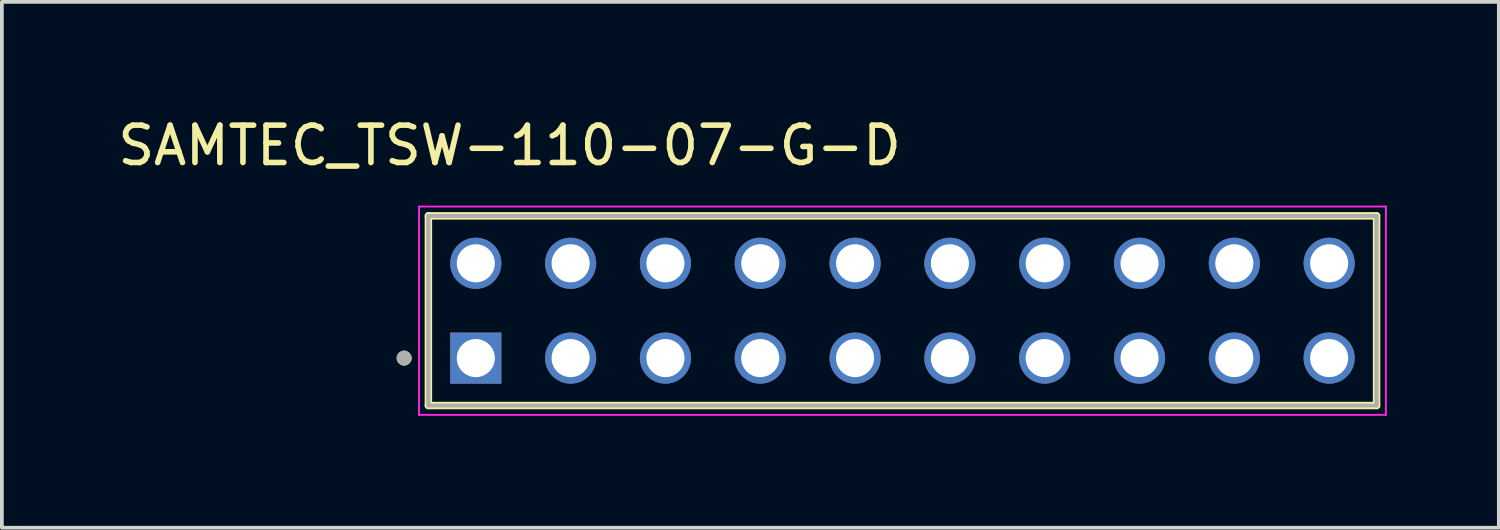
<source format=kicad_pcb>
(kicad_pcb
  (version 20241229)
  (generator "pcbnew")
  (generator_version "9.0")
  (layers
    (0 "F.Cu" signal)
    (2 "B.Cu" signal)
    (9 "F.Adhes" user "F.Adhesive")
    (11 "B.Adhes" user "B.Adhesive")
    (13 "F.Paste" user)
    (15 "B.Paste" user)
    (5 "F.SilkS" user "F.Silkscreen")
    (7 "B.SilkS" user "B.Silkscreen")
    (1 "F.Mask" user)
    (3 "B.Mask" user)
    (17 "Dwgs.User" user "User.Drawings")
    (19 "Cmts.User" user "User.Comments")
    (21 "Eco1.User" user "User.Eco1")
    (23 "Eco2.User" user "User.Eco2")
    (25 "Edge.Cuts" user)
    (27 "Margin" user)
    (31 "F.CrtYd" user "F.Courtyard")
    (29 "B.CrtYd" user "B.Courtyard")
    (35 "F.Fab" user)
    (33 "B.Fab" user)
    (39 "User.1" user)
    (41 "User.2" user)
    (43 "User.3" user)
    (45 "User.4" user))
  (footprint "SAMTEC_TSW-110-07-G-D"
    (layer "F.Cu")
    (at 21.126 5.273)
    (property "Reference" "SAMTEC_TSW-110-07-G-D" (at -10.525 -4.425 0) (layer "F.SilkS") (effects (font (size 1 1) (thickness 0.15))))
    (attr through_hole)
    (fp_line (start -12.7 2.54) (end -12.7 -2.54) (stroke (width 0.2) (type solid)) (layer "F.SilkS"))
    (fp_line (start 12.7 -2.54) (end -12.7 -2.54) (stroke (width 0.2) (type solid)) (layer "F.SilkS"))
    (fp_line (start 12.7 -2.54) (end 12.7 2.54) (stroke (width 0.2) (type solid)) (layer "F.SilkS"))
    (fp_line (start 12.7 2.54) (end -12.7 2.54) (stroke (width 0.2) (type solid)) (layer "F.SilkS"))
    (fp_circle (center -13.35 1.27) (end -13.25 1.27) (stroke (width 0.2) (type solid)) (fill no) (layer "F.SilkS"))
    (fp_line (start -12.95 -2.79) (end 12.95 -2.79) (stroke (width 0.05) (type solid)) (layer "F.CrtYd"))
    (fp_line (start -12.95 2.79) (end -12.95 -2.79) (stroke (width 0.05) (type solid)) (layer "F.CrtYd"))
    (fp_line (start 12.95 -2.79) (end 12.95 2.79) (stroke (width 0.05) (type solid)) (layer "F.CrtYd"))
    (fp_line (start 12.95 2.79) (end -12.95 2.79) (stroke (width 0.05) (type solid)) (layer "F.CrtYd"))
    (fp_line (start -12.7 -2.54) (end 12.7 -2.54) (stroke (width 0.1) (type solid)) (layer "F.Fab"))
    (fp_line (start -12.7 -2.54) (end 12.7 -2.54) (stroke (width 0.1) (type solid)) (layer "F.Fab"))
    (fp_line (start -12.7 2.54) (end -12.7 -2.54) (stroke (width 0.1) (type solid)) (layer "F.Fab"))
    (fp_line (start -12.7 2.54) (end -12.7 -2.54) (stroke (width 0.1) (type solid)) (layer "F.Fab"))
    (fp_line (start 12.7 -2.54) (end 12.7 2.54) (stroke (width 0.1) (type solid)) (layer "F.Fab"))
    (fp_line (start 12.7 -2.54) (end 12.7 2.54) (stroke (width 0.1) (type solid)) (layer "F.Fab"))
    (fp_line (start 12.7 2.54) (end -12.7 2.54) (stroke (width 0.1) (type solid)) (layer "F.Fab"))
    (fp_circle (center -13.35 1.27) (end -13.25 1.27) (stroke (width 0.2) (type solid)) (fill no) (layer "F.Fab"))
    (pad "01" thru_hole rect (at -11.43 1.27) (size 1.37 1.37) (drill 1.02) (layers "*.Cu" "*.Mask"))
    (pad "02" thru_hole circle (at -11.43 -1.27) (size 1.37 1.37) (drill 1.02) (layers "*.Cu" "*.Mask"))
    (pad "03" thru_hole circle (at -8.89 1.27) (size 1.37 1.37) (drill 1.02) (layers "*.Cu" "*.Mask"))
    (pad "04" thru_hole circle (at -8.89 -1.27) (size 1.37 1.37) (drill 1.02) (layers "*.Cu" "*.Mask"))
    (pad "05" thru_hole circle (at -6.35 1.27) (size 1.37 1.37) (drill 1.02) (layers "*.Cu" "*.Mask"))
    (pad "06" thru_hole circle (at -6.35 -1.27) (size 1.37 1.37) (drill 1.02) (layers "*.Cu" "*.Mask"))
    (pad "07" thru_hole circle (at -3.81 1.27) (size 1.37 1.37) (drill 1.02) (layers "*.Cu" "*.Mask"))
    (pad "08" thru_hole circle (at -3.81 -1.27) (size 1.37 1.37) (drill 1.02) (layers "*.Cu" "*.Mask"))
    (pad "09" thru_hole circle (at -1.27 1.27) (size 1.37 1.37) (drill 1.02) (layers "*.Cu" "*.Mask"))
    (pad "10" thru_hole circle (at -1.27 -1.27) (size 1.37 1.37) (drill 1.02) (layers "*.Cu" "*.Mask"))
    (pad "11" thru_hole circle (at 1.27 1.27) (size 1.37 1.37) (drill 1.02) (layers "*.Cu" "*.Mask"))
    (pad "12" thru_hole circle (at 1.27 -1.27) (size 1.37 1.37) (drill 1.02) (layers "*.Cu" "*.Mask"))
    (pad "13" thru_hole circle (at 3.81 1.27) (size 1.37 1.37) (drill 1.02) (layers "*.Cu" "*.Mask"))
    (pad "14" thru_hole circle (at 3.81 -1.27) (size 1.37 1.37) (drill 1.02) (layers "*.Cu" "*.Mask"))
    (pad "15" thru_hole circle (at 6.35 1.27) (size 1.37 1.37) (drill 1.02) (layers "*.Cu" "*.Mask"))
    (pad "16" thru_hole circle (at 6.35 -1.27) (size 1.37 1.37) (drill 1.02) (layers "*.Cu" "*.Mask"))
    (pad "17" thru_hole circle (at 8.89 1.27) (size 1.37 1.37) (drill 1.02) (layers "*.Cu" "*.Mask"))
    (pad "18" thru_hole circle (at 8.89 -1.27) (size 1.37 1.37) (drill 1.02) (layers "*.Cu" "*.Mask"))
    (pad "19" thru_hole circle (at 11.43 1.27) (size 1.37 1.37) (drill 1.02) (layers "*.Cu" "*.Mask"))
    (pad "20" thru_hole circle (at 11.43 -1.27) (size 1.37 1.37) (drill 1.02) (layers "*.Cu" "*.Mask")))
  (gr_rect
    (start -3 -3)
    (end 37.101 11.088)
    (stroke (width 0.1) (type default))
    (fill no)
    (layer "Edge.Cuts")))
</source>
